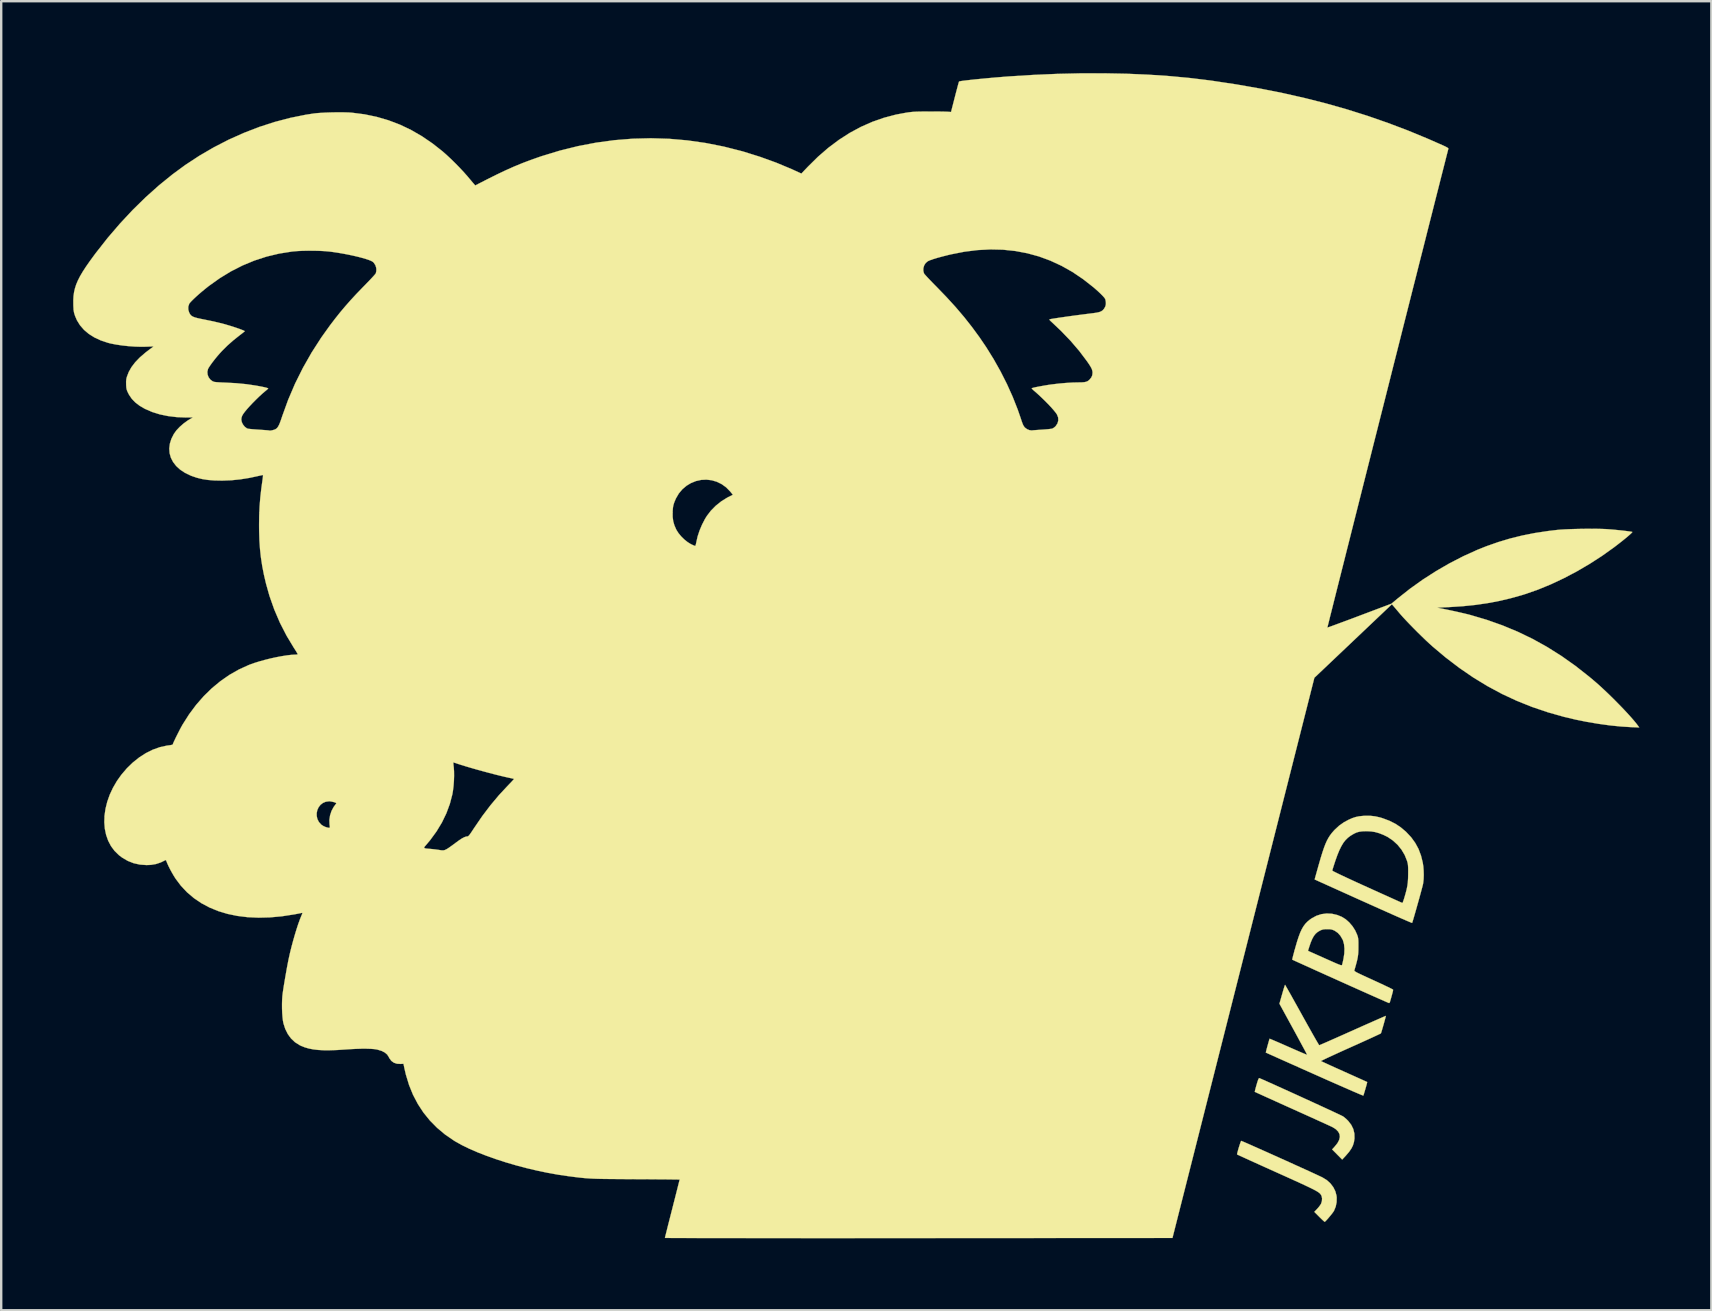
<source format=kicad_pcb>
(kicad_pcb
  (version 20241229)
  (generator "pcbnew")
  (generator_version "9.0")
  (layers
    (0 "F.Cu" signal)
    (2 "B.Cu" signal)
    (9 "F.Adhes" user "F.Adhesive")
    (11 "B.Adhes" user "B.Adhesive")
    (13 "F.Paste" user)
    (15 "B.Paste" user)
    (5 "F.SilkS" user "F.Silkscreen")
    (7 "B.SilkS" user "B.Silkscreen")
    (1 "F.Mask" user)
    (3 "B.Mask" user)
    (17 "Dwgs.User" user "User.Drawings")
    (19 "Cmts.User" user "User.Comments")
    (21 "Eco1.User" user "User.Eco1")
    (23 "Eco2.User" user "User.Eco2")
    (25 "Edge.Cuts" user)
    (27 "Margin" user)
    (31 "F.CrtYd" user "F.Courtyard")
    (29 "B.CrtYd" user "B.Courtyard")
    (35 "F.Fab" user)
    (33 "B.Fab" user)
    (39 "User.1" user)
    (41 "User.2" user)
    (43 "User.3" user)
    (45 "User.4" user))
  (footprint "F.SilkS_layer1"
    (layer "F.Cu")
    (at 27.37 9.205)
    (property "Reference" "F.SilkS_layer1" (at 0 0 0) (layer "F.SilkS") (effects (font (size 1.524 1.524) (thickness 0.3))))
    (attr through_hole)
    (fp_poly (pts (xy 22.087 32.686) (xy 22.15 32.713) (xy 22.244 32.754) (xy 22.366 32.808) (xy 22.513 32.874) (xy 22.681 32.949) (xy 22.868 33.034) (xy 23.069 33.125) (xy 23.282 33.221) (xy 23.503 33.322) (xy 23.728 33.424) (xy 23.954 33.528) (xy 24.178 33.63) (xy 24.397 33.731) (xy 24.606 33.827) (xy 24.804 33.918) (xy 24.985 34.002) (xy 25.147 34.077) (xy 25.287 34.143) (xy 25.401 34.196) (xy 25.485 34.237) (xy 25.537 34.263) (xy 25.551 34.27) (xy 25.617 34.32) (xy 25.695 34.388) (xy 25.766 34.459) (xy 25.768 34.46) (xy 25.894 34.624) (xy 25.98 34.801) (xy 26.025 34.989) (xy 26.029 35.189) (xy 26.007 35.34) (xy 25.965 35.48) (xy 25.897 35.615) (xy 25.799 35.755) (xy 25.669 35.907) (xy 25.661 35.916) (xy 25.516 36.071) (xy 25.307 35.859) (xy 25.097 35.648) (xy 25.209 35.524) (xy 25.321 35.384) (xy 25.39 35.252) (xy 25.419 35.128) (xy 25.405 35.013) (xy 25.351 34.907) (xy 25.255 34.809) (xy 25.118 34.721) (xy 25.103 34.713) (xy 25.069 34.697) (xy 25 34.665) (xy 24.898 34.618) (xy 24.767 34.558) (xy 24.61 34.487) (xy 24.43 34.405) (xy 24.23 34.314) (xy 24.013 34.216) (xy 23.782 34.112) (xy 23.54 34.003) (xy 23.445 33.96) (xy 23.203 33.851) (xy 22.972 33.747) (xy 22.756 33.649) (xy 22.556 33.558) (xy 22.376 33.477) (xy 22.219 33.406) (xy 22.088 33.346) (xy 21.986 33.3) (xy 21.915 33.267) (xy 21.878 33.25) (xy 21.874 33.248) (xy 21.877 33.226) (xy 21.889 33.17) (xy 21.91 33.09) (xy 21.937 32.991) (xy 21.948 32.955) (xy 21.983 32.834) (xy 22.012 32.751) (xy 22.034 32.7) (xy 22.052 32.678) (xy 22.06 32.676) (xy 22.087 32.686)) (stroke (width 0.01) (type solid)) (fill yes) (layer "F.SilkS"))
    (fp_poly (pts (xy 21.328 35.299) (xy 21.385 35.322) (xy 21.474 35.36) (xy 21.591 35.411) (xy 21.733 35.474) (xy 21.896 35.547) (xy 22.078 35.628) (xy 22.275 35.715) (xy 22.484 35.809) (xy 22.7 35.906) (xy 22.922 36.006) (xy 23.145 36.106) (xy 23.366 36.206) (xy 23.581 36.304) (xy 23.788 36.398) (xy 23.983 36.486) (xy 24.163 36.568) (xy 24.324 36.642) (xy 24.462 36.706) (xy 24.575 36.759) (xy 24.66 36.799) (xy 24.702 36.82) (xy 24.878 36.929) (xy 25.027 37.065) (xy 25.146 37.221) (xy 25.232 37.394) (xy 25.28 37.578) (xy 25.288 37.65) (xy 25.284 37.847) (xy 25.246 38.035) (xy 25.176 38.204) (xy 25.168 38.219) (xy 25.136 38.266) (xy 25.087 38.332) (xy 25.026 38.407) (xy 24.961 38.485) (xy 24.898 38.558) (xy 24.843 38.617) (xy 24.803 38.656) (xy 24.789 38.666) (xy 24.77 38.654) (xy 24.727 38.617) (xy 24.666 38.56) (xy 24.592 38.488) (xy 24.565 38.461) (xy 24.355 38.25) (xy 24.476 38.123) (xy 24.54 38.05) (xy 24.596 37.975) (xy 24.635 37.912) (xy 24.638 37.905) (xy 24.671 37.799) (xy 24.678 37.69) (xy 24.659 37.594) (xy 24.649 37.572) (xy 24.634 37.544) (xy 24.616 37.517) (xy 24.593 37.49) (xy 24.563 37.462) (xy 24.524 37.433) (xy 24.472 37.399) (xy 24.406 37.361) (xy 24.323 37.317) (xy 24.221 37.266) (xy 24.097 37.206) (xy 23.949 37.136) (xy 23.774 37.055) (xy 23.57 36.962) (xy 23.335 36.855) (xy 23.065 36.733) (xy 22.787 36.608) (xy 22.539 36.496) (xy 22.301 36.389) (xy 22.078 36.288) (xy 21.872 36.195) (xy 21.685 36.11) (xy 21.521 36.035) (xy 21.383 35.972) (xy 21.272 35.921) (xy 21.192 35.884) (xy 21.147 35.862) (xy 21.136 35.857) (xy 21.138 35.83) (xy 21.151 35.774) (xy 21.172 35.696) (xy 21.197 35.605) (xy 21.226 35.512) (xy 21.254 35.425) (xy 21.279 35.353) (xy 21.298 35.305) (xy 21.307 35.291) (xy 21.328 35.299)) (stroke (width 0.01) (type solid)) (fill yes) (layer "F.SilkS"))
    (fp_poly (pts (xy 25.089 25.826) (xy 25.312 25.878) (xy 25.5 25.954) (xy 25.659 26.053) (xy 25.81 26.186) (xy 25.946 26.346) (xy 26.059 26.523) (xy 26.138 26.698) (xy 26.159 26.757) (xy 26.173 26.809) (xy 26.183 26.863) (xy 26.189 26.928) (xy 26.192 27.013) (xy 26.192 27.126) (xy 26.192 27.21) (xy 26.191 27.333) (xy 26.187 27.439) (xy 26.179 27.535) (xy 26.166 27.629) (xy 26.147 27.729) (xy 26.119 27.844) (xy 26.082 27.981) (xy 26.034 28.149) (xy 26.024 28.185) (xy 26.023 28.197) (xy 26.031 28.211) (xy 26.05 28.227) (xy 26.084 28.249) (xy 26.136 28.278) (xy 26.21 28.315) (xy 26.309 28.362) (xy 26.435 28.421) (xy 26.594 28.494) (xy 26.787 28.582) (xy 26.819 28.597) (xy 26.992 28.676) (xy 27.153 28.751) (xy 27.297 28.819) (xy 27.421 28.878) (xy 27.521 28.927) (xy 27.592 28.963) (xy 27.631 28.985) (xy 27.637 28.99) (xy 27.637 29.011) (xy 27.629 29.056) (xy 27.611 29.129) (xy 27.583 29.232) (xy 27.545 29.369) (xy 27.503 29.512) (xy 27.483 29.542) (xy 27.468 29.548) (xy 27.445 29.539) (xy 27.387 29.514) (xy 27.295 29.474) (xy 27.172 29.42) (xy 27.021 29.353) (xy 26.845 29.275) (xy 26.645 29.186) (xy 26.425 29.088) (xy 26.187 28.981) (xy 25.933 28.868) (xy 25.667 28.748) (xy 25.444 28.648) (xy 25.17 28.524) (xy 24.906 28.406) (xy 24.656 28.293) (xy 24.422 28.188) (xy 24.207 28.09) (xy 24.012 28.002) (xy 23.842 27.925) (xy 23.698 27.86) (xy 23.582 27.807) (xy 23.499 27.769) (xy 23.449 27.746) (xy 23.435 27.739) (xy 23.438 27.717) (xy 23.451 27.659) (xy 23.472 27.572) (xy 23.502 27.461) (xy 23.526 27.371) (xy 24.091 27.371) (xy 24.137 27.391) (xy 24.167 27.405) (xy 24.23 27.433) (xy 24.323 27.474) (xy 24.439 27.526) (xy 24.575 27.587) (xy 24.725 27.654) (xy 24.839 27.705) (xy 25.016 27.784) (xy 25.158 27.847) (xy 25.27 27.896) (xy 25.354 27.931) (xy 25.416 27.954) (xy 25.458 27.968) (xy 25.486 27.972) (xy 25.501 27.97) (xy 25.509 27.961) (xy 25.511 27.957) (xy 25.522 27.919) (xy 25.538 27.851) (xy 25.558 27.763) (xy 25.571 27.7) (xy 25.604 27.485) (xy 25.611 27.282) (xy 25.594 27.1) (xy 25.552 26.944) (xy 25.534 26.902) (xy 25.443 26.745) (xy 25.336 26.625) (xy 25.21 26.537) (xy 25.193 26.528) (xy 25.124 26.498) (xy 25.061 26.48) (xy 24.99 26.471) (xy 24.892 26.469) (xy 24.794 26.472) (xy 24.721 26.48) (xy 24.658 26.499) (xy 24.591 26.529) (xy 24.494 26.586) (xy 24.41 26.659) (xy 24.336 26.752) (xy 24.27 26.871) (xy 24.206 27.022) (xy 24.142 27.209) (xy 24.14 27.216) (xy 24.091 27.371) (xy 23.526 27.371) (xy 23.537 27.332) (xy 23.57 27.215) (xy 23.639 26.977) (xy 23.705 26.776) (xy 23.769 26.607) (xy 23.835 26.465) (xy 23.905 26.346) (xy 23.981 26.244) (xy 24.067 26.155) (xy 24.165 26.074) (xy 24.243 26.019) (xy 24.441 25.911) (xy 24.65 25.843) (xy 24.867 25.815) (xy 25.089 25.826)) (stroke (width 0.01) (type solid)) (fill yes) (layer "F.SilkS"))
    (fp_poly (pts (xy 26.888 21.766) (xy 27.098 21.813) (xy 27.205 21.846) (xy 27.484 21.951) (xy 27.733 22.076) (xy 27.958 22.226) (xy 28.169 22.404) (xy 28.181 22.415) (xy 28.39 22.638) (xy 28.561 22.874) (xy 28.698 23.127) (xy 28.802 23.404) (xy 28.874 23.696) (xy 28.898 23.853) (xy 28.911 24.029) (xy 28.916 24.21) (xy 28.91 24.383) (xy 28.894 24.534) (xy 28.885 24.589) (xy 28.872 24.644) (xy 28.85 24.73) (xy 28.82 24.842) (xy 28.785 24.973) (xy 28.745 25.119) (xy 28.702 25.274) (xy 28.657 25.433) (xy 28.613 25.591) (xy 28.57 25.742) (xy 28.53 25.881) (xy 28.495 26.002) (xy 28.466 26.1) (xy 28.444 26.169) (xy 28.432 26.205) (xy 28.43 26.208) (xy 28.409 26.202) (xy 28.352 26.179) (xy 28.262 26.141) (xy 28.141 26.089) (xy 27.991 26.024) (xy 27.816 25.947) (xy 27.617 25.859) (xy 27.398 25.761) (xy 27.16 25.655) (xy 26.907 25.542) (xy 26.64 25.422) (xy 26.395 25.312) (xy 26.119 25.188) (xy 25.854 25.068) (xy 25.603 24.955) (xy 25.368 24.849) (xy 25.151 24.751) (xy 24.956 24.663) (xy 24.784 24.585) (xy 24.639 24.52) (xy 24.522 24.467) (xy 24.437 24.428) (xy 24.385 24.405) (xy 24.37 24.397) (xy 24.374 24.377) (xy 24.389 24.321) (xy 24.413 24.234) (xy 24.445 24.12) (xy 24.471 24.028) (xy 25.104 24.028) (xy 25.123 24.042) (xy 25.178 24.072) (xy 25.269 24.117) (xy 25.392 24.177) (xy 25.546 24.25) (xy 25.728 24.335) (xy 25.937 24.432) (xy 26.171 24.54) (xy 26.428 24.657) (xy 26.559 24.716) (xy 26.792 24.822) (xy 27.014 24.922) (xy 27.222 25.016) (xy 27.413 25.102) (xy 27.583 25.179) (xy 27.731 25.246) (xy 27.851 25.3) (xy 27.943 25.341) (xy 28.002 25.367) (xy 28.026 25.377) (xy 28.027 25.377) (xy 28.037 25.359) (xy 28.057 25.308) (xy 28.083 25.234) (xy 28.106 25.162) (xy 28.161 24.971) (xy 28.203 24.808) (xy 28.233 24.659) (xy 28.252 24.513) (xy 28.262 24.357) (xy 28.266 24.179) (xy 28.266 24.151) (xy 28.267 24.012) (xy 28.265 23.906) (xy 28.26 23.824) (xy 28.253 23.758) (xy 28.241 23.699) (xy 28.224 23.638) (xy 28.219 23.622) (xy 28.122 23.379) (xy 27.988 23.153) (xy 27.822 22.949) (xy 27.628 22.772) (xy 27.409 22.624) (xy 27.227 22.535) (xy 27.047 22.466) (xy 26.883 22.42) (xy 26.721 22.395) (xy 26.542 22.386) (xy 26.511 22.386) (xy 26.356 22.391) (xy 26.228 22.408) (xy 26.114 22.44) (xy 26 22.494) (xy 25.872 22.571) (xy 25.858 22.58) (xy 25.751 22.661) (xy 25.653 22.758) (xy 25.563 22.874) (xy 25.479 23.015) (xy 25.396 23.184) (xy 25.314 23.385) (xy 25.229 23.624) (xy 25.221 23.648) (xy 25.183 23.765) (xy 25.15 23.868) (xy 25.124 23.951) (xy 25.108 24.007) (xy 25.104 24.028) (xy 24.471 24.028) (xy 24.483 23.985) (xy 24.525 23.833) (xy 24.554 23.733) (xy 24.627 23.481) (xy 24.694 23.265) (xy 24.756 23.081) (xy 24.816 22.924) (xy 24.876 22.788) (xy 24.939 22.67) (xy 25.006 22.565) (xy 25.08 22.466) (xy 25.163 22.37) (xy 25.207 22.323) (xy 25.39 22.154) (xy 25.585 22.016) (xy 25.783 21.909) (xy 25.937 21.841) (xy 26.077 21.795) (xy 26.22 21.765) (xy 26.383 21.748) (xy 26.454 21.744) (xy 26.68 21.743) (xy 26.888 21.766)) (stroke (width 0.01) (type solid)) (fill yes) (layer "F.SilkS"))
    (fp_poly (pts (xy 23.147 28.805) (xy 23.177 28.858) (xy 23.225 28.941) (xy 23.288 29.052) (xy 23.365 29.188) (xy 23.453 29.346) (xy 23.552 29.524) (xy 23.66 29.717) (xy 23.774 29.923) (xy 23.843 30.047) (xy 23.961 30.259) (xy 24.073 30.46) (xy 24.178 30.647) (xy 24.273 30.816) (xy 24.358 30.966) (xy 24.43 31.092) (xy 24.488 31.191) (xy 24.53 31.262) (xy 24.555 31.3) (xy 24.56 31.305) (xy 24.582 31.297) (xy 24.64 31.273) (xy 24.73 31.234) (xy 24.85 31.182) (xy 24.995 31.118) (xy 25.164 31.043) (xy 25.352 30.96) (xy 25.557 30.869) (xy 25.776 30.771) (xy 25.956 30.691) (xy 26.183 30.589) (xy 26.398 30.493) (xy 26.599 30.404) (xy 26.782 30.323) (xy 26.944 30.252) (xy 27.082 30.191) (xy 27.194 30.142) (xy 27.275 30.107) (xy 27.324 30.087) (xy 27.336 30.082) (xy 27.333 30.104) (xy 27.319 30.158) (xy 27.298 30.236) (xy 27.272 30.332) (xy 27.243 30.436) (xy 27.213 30.541) (xy 27.184 30.639) (xy 27.16 30.722) (xy 27.141 30.781) (xy 27.13 30.81) (xy 27.13 30.811) (xy 27.109 30.823) (xy 27.053 30.85) (xy 26.964 30.892) (xy 26.846 30.947) (xy 26.703 31.013) (xy 26.538 31.088) (xy 26.353 31.172) (xy 26.153 31.263) (xy 25.94 31.358) (xy 25.867 31.391) (xy 25.652 31.487) (xy 25.449 31.579) (xy 25.261 31.665) (xy 25.092 31.743) (xy 24.944 31.811) (xy 24.821 31.869) (xy 24.727 31.915) (xy 24.663 31.946) (xy 24.635 31.963) (xy 24.633 31.965) (xy 24.655 31.977) (xy 24.712 32.004) (xy 24.8 32.044) (xy 24.915 32.097) (xy 25.054 32.161) (xy 25.212 32.233) (xy 25.387 32.311) (xy 25.574 32.395) (xy 25.601 32.408) (xy 25.789 32.492) (xy 25.965 32.571) (xy 26.125 32.643) (xy 26.265 32.706) (xy 26.383 32.759) (xy 26.473 32.8) (xy 26.533 32.827) (xy 26.558 32.839) (xy 26.558 32.839) (xy 26.555 32.86) (xy 26.543 32.912) (xy 26.523 32.987) (xy 26.498 33.075) (xy 26.471 33.168) (xy 26.445 33.257) (xy 26.422 33.332) (xy 26.405 33.384) (xy 26.397 33.405) (xy 26.376 33.399) (xy 26.319 33.376) (xy 26.229 33.339) (xy 26.108 33.287) (xy 25.958 33.223) (xy 25.782 33.146) (xy 25.584 33.059) (xy 25.364 32.963) (xy 25.126 32.858) (xy 24.872 32.746) (xy 24.606 32.627) (xy 24.363 32.519) (xy 24.086 32.396) (xy 23.821 32.278) (xy 23.57 32.165) (xy 23.334 32.06) (xy 23.117 31.963) (xy 22.922 31.876) (xy 22.75 31.799) (xy 22.604 31.733) (xy 22.487 31.681) (xy 22.401 31.642) (xy 22.35 31.619) (xy 22.334 31.612) (xy 22.338 31.591) (xy 22.35 31.538) (xy 22.369 31.463) (xy 22.393 31.374) (xy 22.419 31.28) (xy 22.444 31.19) (xy 22.466 31.113) (xy 22.482 31.058) (xy 22.491 31.034) (xy 22.491 31.034) (xy 22.511 31.041) (xy 22.566 31.063) (xy 22.65 31.099) (xy 22.761 31.146) (xy 22.895 31.204) (xy 23.046 31.27) (xy 23.211 31.343) (xy 23.272 31.37) (xy 23.441 31.444) (xy 23.598 31.513) (xy 23.738 31.574) (xy 23.858 31.625) (xy 23.953 31.665) (xy 24.019 31.692) (xy 24.051 31.705) (xy 24.054 31.705) (xy 24.046 31.685) (xy 24.019 31.632) (xy 23.975 31.548) (xy 23.916 31.438) (xy 23.843 31.303) (xy 23.759 31.148) (xy 23.666 30.975) (xy 23.565 30.789) (xy 23.481 30.636) (xy 22.901 29.575) (xy 23.013 29.181) (xy 23.048 29.059) (xy 23.079 28.953) (xy 23.106 28.868) (xy 23.125 28.811) (xy 23.135 28.788) (xy 23.135 28.787) (xy 23.147 28.805)) (stroke (width 0.01) (type solid)) (fill yes) (layer "F.SilkS"))
    (fp_poly (pts (xy 16.519 -9.182) (xy 17.433 -9.143) (xy 18.318 -9.084) (xy 19.173 -9.004) (xy 19.994 -8.904) (xy 20.108 -8.888) (xy 21.12 -8.735) (xy 22.096 -8.564) (xy 23.041 -8.376) (xy 23.957 -8.169) (xy 24.851 -7.942) (xy 25.724 -7.694) (xy 26.581 -7.424) (xy 27.426 -7.13) (xy 28.263 -6.813) (xy 29.095 -6.469) (xy 29.713 -6.197) (xy 29.818 -6.148) (xy 29.888 -6.111) (xy 29.928 -6.084) (xy 29.942 -6.063) (xy 29.942 -6.056) (xy 29.933 -6.024) (xy 29.915 -5.953) (xy 29.887 -5.845) (xy 29.85 -5.7) (xy 29.805 -5.521) (xy 29.751 -5.309) (xy 29.689 -5.066) (xy 29.619 -4.792) (xy 29.543 -4.49) (xy 29.459 -4.162) (xy 29.369 -3.807) (xy 29.274 -3.429) (xy 29.172 -3.029) (xy 29.065 -2.607) (xy 28.954 -2.166) (xy 28.838 -1.708) (xy 28.717 -1.233) (xy 28.594 -0.743) (xy 28.466 -0.241) (xy 28.336 0.274) (xy 28.203 0.799) (xy 28.068 1.332) (xy 27.932 1.873) (xy 27.794 2.419) (xy 27.654 2.97) (xy 27.515 3.523) (xy 27.375 4.077) (xy 27.235 4.631) (xy 27.095 5.183) (xy 26.957 5.731) (xy 26.819 6.274) (xy 26.684 6.811) (xy 26.55 7.34) (xy 26.419 7.859) (xy 26.291 8.367) (xy 26.166 8.863) (xy 26.044 9.345) (xy 25.927 9.81) (xy 25.814 10.259) (xy 25.705 10.689) (xy 25.602 11.099) (xy 25.504 11.487) (xy 25.412 11.852) (xy 25.326 12.192) (xy 25.247 12.506) (xy 25.175 12.792) (xy 25.111 13.049) (xy 25.054 13.275) (xy 25.005 13.468) (xy 24.966 13.628) (xy 24.935 13.752) (xy 24.913 13.84) (xy 24.901 13.888) (xy 24.899 13.899) (xy 24.919 13.893) (xy 24.977 13.874) (xy 25.067 13.842) (xy 25.187 13.798) (xy 25.333 13.744) (xy 25.503 13.681) (xy 25.693 13.611) (xy 25.9 13.534) (xy 26.12 13.451) (xy 26.239 13.406) (xy 27.57 12.904) (xy 27.834 12.683) (xy 28.34 12.283) (xy 28.872 11.903) (xy 29.425 11.548) (xy 29.992 11.22) (xy 30.567 10.924) (xy 31.143 10.663) (xy 31.523 10.511) (xy 32.018 10.337) (xy 32.514 10.188) (xy 33.02 10.063) (xy 33.543 9.959) (xy 34.092 9.876) (xy 34.47 9.831) (xy 34.617 9.818) (xy 34.798 9.807) (xy 35.005 9.798) (xy 35.231 9.791) (xy 35.467 9.786) (xy 35.706 9.783) (xy 35.94 9.782) (xy 36.16 9.784) (xy 36.358 9.789) (xy 36.528 9.796) (xy 36.57 9.799) (xy 36.691 9.808) (xy 36.826 9.819) (xy 36.967 9.833) (xy 37.109 9.847) (xy 37.245 9.862) (xy 37.368 9.877) (xy 37.473 9.891) (xy 37.552 9.902) (xy 37.598 9.911) (xy 37.608 9.915) (xy 37.599 9.934) (xy 37.559 9.975) (xy 37.494 10.035) (xy 37.406 10.111) (xy 37.301 10.198) (xy 37.181 10.295) (xy 37.051 10.397) (xy 36.915 10.502) (xy 36.841 10.558) (xy 36.342 10.914) (xy 35.824 11.248) (xy 35.293 11.559) (xy 34.755 11.842) (xy 34.215 12.096) (xy 33.678 12.317) (xy 33.15 12.502) (xy 32.999 12.549) (xy 32.521 12.682) (xy 32.045 12.793) (xy 31.561 12.884) (xy 31.063 12.956) (xy 30.543 13.009) (xy 29.993 13.045) (xy 29.824 13.053) (xy 29.705 13.058) (xy 29.606 13.064) (xy 29.532 13.069) (xy 29.49 13.073) (xy 29.484 13.076) (xy 29.485 13.076) (xy 29.566 13.089) (xy 29.681 13.111) (xy 29.821 13.139) (xy 29.98 13.172) (xy 30.149 13.208) (xy 30.322 13.246) (xy 30.489 13.285) (xy 30.645 13.321) (xy 30.78 13.354) (xy 30.863 13.376) (xy 31.544 13.577) (xy 32.201 13.81) (xy 32.838 14.075) (xy 33.457 14.374) (xy 34.06 14.709) (xy 34.651 15.081) (xy 35.232 15.492) (xy 35.806 15.943) (xy 36.08 16.174) (xy 36.251 16.325) (xy 36.432 16.493) (xy 36.621 16.672) (xy 36.812 16.859) (xy 37.001 17.05) (xy 37.185 17.238) (xy 37.357 17.421) (xy 37.515 17.594) (xy 37.654 17.752) (xy 37.769 17.891) (xy 37.852 18) (xy 37.896 18.062) (xy 37.559 18.049) (xy 37.13 18.022) (xy 36.674 17.976) (xy 36.202 17.911) (xy 35.723 17.831) (xy 35.247 17.735) (xy 34.786 17.626) (xy 34.766 17.621) (xy 34.085 17.429) (xy 33.428 17.206) (xy 32.791 16.951) (xy 32.173 16.663) (xy 31.571 16.339) (xy 30.981 15.98) (xy 30.401 15.582) (xy 29.828 15.145) (xy 29.284 14.688) (xy 29.152 14.569) (xy 29.001 14.429) (xy 28.839 14.272) (xy 28.669 14.106) (xy 28.5 13.936) (xy 28.337 13.769) (xy 28.185 13.61) (xy 28.051 13.466) (xy 27.941 13.342) (xy 27.919 13.316) (xy 27.839 13.221) (xy 27.765 13.134) (xy 27.702 13.06) (xy 27.657 13.007) (xy 27.642 12.99) (xy 27.588 12.927) (xy 24.357 15.992) (xy 18.443 39.338) (xy 7.867 39.344) (xy 7.2 39.344) (xy 6.544 39.344) (xy 5.899 39.344) (xy 5.268 39.344) (xy 4.651 39.345) (xy 4.05 39.345) (xy 3.467 39.345) (xy 2.901 39.344) (xy 2.355 39.344) (xy 1.829 39.344) (xy 1.326 39.344) (xy 0.846 39.344) (xy 0.391 39.343) (xy -0.038 39.343) (xy -0.44 39.343) (xy -0.814 39.342) (xy -1.158 39.342) (xy -1.471 39.341) (xy -1.752 39.341) (xy -1.999 39.34) (xy -2.212 39.339) (xy -2.389 39.339) (xy -2.528 39.338) (xy -2.629 39.337) (xy -2.69 39.336) (xy -2.709 39.335) (xy -2.704 39.313) (xy -2.69 39.253) (xy -2.666 39.16) (xy -2.635 39.036) (xy -2.598 38.886) (xy -2.554 38.713) (xy -2.505 38.521) (xy -2.452 38.313) (xy -2.402 38.117) (xy -2.347 37.898) (xy -2.294 37.693) (xy -2.246 37.503) (xy -2.203 37.333) (xy -2.166 37.186) (xy -2.136 37.066) (xy -2.113 36.977) (xy -2.1 36.922) (xy -2.095 36.904) (xy -2.116 36.903) (xy -2.176 36.902) (xy -2.272 36.9) (xy -2.402 36.899) (xy -2.561 36.897) (xy -2.747 36.895) (xy -2.958 36.894) (xy -3.189 36.892) (xy -3.438 36.89) (xy -3.702 36.889) (xy -3.911 36.888) (xy -4.241 36.886) (xy -4.533 36.884) (xy -4.791 36.882) (xy -5.017 36.88) (xy -5.215 36.878) (xy -5.391 36.875) (xy -5.546 36.871) (xy -5.685 36.866) (xy -5.811 36.86) (xy -5.929 36.852) (xy -6.041 36.844) (xy -6.153 36.833) (xy -6.267 36.821) (xy -6.387 36.807) (xy -6.517 36.791) (xy -6.66 36.772) (xy -6.72 36.765) (xy -7.15 36.702) (xy -7.588 36.624) (xy -8.029 36.532) (xy -8.471 36.428) (xy -8.907 36.313) (xy -9.334 36.188) (xy -9.746 36.055) (xy -10.14 35.915) (xy -10.511 35.771) (xy -10.855 35.622) (xy -11.166 35.47) (xy -11.44 35.318) (xy -11.501 35.28) (xy -11.869 35.028) (xy -12.203 34.748) (xy -12.504 34.443) (xy -12.772 34.112) (xy -13.005 33.756) (xy -13.206 33.374) (xy -13.372 32.966) (xy -13.504 32.534) (xy -13.568 32.258) (xy -13.605 32.078) (xy -13.721 32.085) (xy -13.875 32.077) (xy -14.005 32.034) (xy -14.112 31.956) (xy -14.195 31.843) (xy -14.216 31.8) (xy -14.282 31.696) (xy -14.381 31.611) (xy -14.516 31.542) (xy -14.688 31.489) (xy -14.716 31.483) (xy -14.825 31.466) (xy -14.971 31.455) (xy -15.15 31.45) (xy -15.357 31.45) (xy -15.587 31.457) (xy -15.836 31.47) (xy -16.039 31.483) (xy -16.371 31.505) (xy -16.666 31.515) (xy -16.927 31.515) (xy -17.16 31.502) (xy -17.366 31.478) (xy -17.551 31.442) (xy -17.719 31.393) (xy -17.872 31.332) (xy -17.938 31.299) (xy -18.128 31.178) (xy -18.291 31.024) (xy -18.426 30.839) (xy -18.533 30.624) (xy -18.607 30.395) (xy -18.629 30.279) (xy -18.646 30.13) (xy -18.659 29.959) (xy -18.666 29.776) (xy -18.667 29.59) (xy -18.662 29.411) (xy -18.651 29.25) (xy -18.648 29.225) (xy -18.636 29.123) (xy -18.616 28.987) (xy -18.591 28.825) (xy -18.561 28.646) (xy -18.529 28.456) (xy -18.495 28.264) (xy -18.462 28.077) (xy -18.429 27.904) (xy -18.399 27.751) (xy -18.382 27.671) (xy -18.33 27.44) (xy -18.27 27.198) (xy -18.204 26.953) (xy -18.135 26.711) (xy -18.065 26.481) (xy -17.996 26.268) (xy -17.929 26.082) (xy -17.868 25.928) (xy -17.857 25.901) (xy -17.829 25.835) (xy -17.818 25.8) (xy -17.824 25.788) (xy -17.839 25.79) (xy -17.872 25.797) (xy -17.939 25.811) (xy -18.029 25.828) (xy -18.134 25.848) (xy -18.161 25.853) (xy -18.674 25.932) (xy -19.169 25.977) (xy -19.643 25.989) (xy -20.098 25.969) (xy -20.531 25.916) (xy -20.941 25.831) (xy -21.328 25.714) (xy -21.691 25.565) (xy -22.028 25.385) (xy -22.339 25.174) (xy -22.623 24.933) (xy -22.879 24.661) (xy -23.103 24.363) (xy -23.176 24.248) (xy -23.253 24.115) (xy -23.328 23.978) (xy -23.395 23.845) (xy -23.448 23.728) (xy -23.476 23.659) (xy -23.496 23.61) (xy -23.512 23.586) (xy -23.515 23.586) (xy -23.72 23.687) (xy -23.92 23.754) (xy -24.128 23.789) (xy -24.31 23.797) (xy -24.59 23.777) (xy -24.851 23.719) (xy -25.097 23.622) (xy -25.329 23.486) (xy -25.465 23.383) (xy -25.646 23.206) (xy -25.755 23.059) (xy -12.741 23.059) (xy -12.74 23.083) (xy -12.711 23.098) (xy -12.65 23.109) (xy -12.553 23.118) (xy -12.488 23.123) (xy -12.375 23.134) (xy -12.256 23.148) (xy -12.15 23.163) (xy -12.129 23.166) (xy -12.026 23.182) (xy -11.95 23.185) (xy -11.886 23.172) (xy -11.821 23.142) (xy -11.752 23.101) (xy -11.687 23.057) (xy -11.6 22.995) (xy -11.505 22.926) (xy -11.432 22.871) (xy -11.284 22.763) (xy -11.163 22.684) (xy -11.064 22.633) (xy -10.987 22.608) (xy -10.956 22.605) (xy -10.932 22.603) (xy -10.91 22.593) (xy -10.884 22.572) (xy -10.852 22.535) (xy -10.81 22.476) (xy -10.753 22.393) (xy -10.679 22.28) (xy -10.652 22.24) (xy -10.321 21.756) (xy -9.981 21.308) (xy -9.628 20.886) (xy -9.284 20.516) (xy -9.195 20.423) (xy -9.117 20.342) (xy -9.056 20.276) (xy -9.015 20.229) (xy -8.998 20.208) (xy -8.998 20.207) (xy -9.021 20.2) (xy -9.076 20.187) (xy -9.152 20.17) (xy -9.186 20.163) (xy -9.358 20.125) (xy -9.561 20.077) (xy -9.787 20.021) (xy -10.028 19.958) (xy -10.277 19.891) (xy -10.525 19.823) (xy -10.766 19.754) (xy -10.99 19.688) (xy -11.19 19.627) (xy -11.359 19.572) (xy -11.396 19.559) (xy -11.462 19.537) (xy -11.509 19.524) (xy -11.527 19.521) (xy -11.527 19.543) (xy -11.523 19.597) (xy -11.515 19.674) (xy -11.51 19.717) (xy -11.498 19.886) (xy -11.496 20.084) (xy -11.503 20.294) (xy -11.519 20.505) (xy -11.543 20.702) (xy -11.567 20.844) (xy -11.672 21.246) (xy -11.818 21.64) (xy -12.004 22.025) (xy -12.23 22.398) (xy -12.494 22.759) (xy -12.674 22.973) (xy -12.718 23.023) (xy -12.741 23.059) (xy -25.755 23.059) (xy -25.795 23.005) (xy -25.912 22.782) (xy -25.997 22.541) (xy -26.051 22.284) (xy -26.073 22.013) (xy -26.063 21.734) (xy -26.048 21.626) (xy -17.221 21.626) (xy -17.221 21.755) (xy -17.191 21.883) (xy -17.129 22.003) (xy -17.034 22.11) (xy -17.023 22.118) (xy -16.94 22.172) (xy -16.84 22.216) (xy -16.743 22.241) (xy -16.71 22.245) (xy -16.687 22.243) (xy -16.675 22.23) (xy -16.674 22.196) (xy -16.682 22.132) (xy -16.686 22.106) (xy -16.693 21.919) (xy -16.665 21.728) (xy -16.605 21.544) (xy -16.516 21.378) (xy -16.489 21.341) (xy -16.446 21.283) (xy -16.415 21.24) (xy -16.404 21.221) (xy -16.423 21.204) (xy -16.472 21.184) (xy -16.54 21.164) (xy -16.614 21.149) (xy -16.682 21.14) (xy -16.702 21.139) (xy -16.841 21.157) (xy -16.962 21.208) (xy -17.062 21.286) (xy -17.14 21.385) (xy -17.194 21.501) (xy -17.221 21.626) (xy -26.048 21.626) (xy -26.022 21.447) (xy -25.95 21.157) (xy -25.847 20.866) (xy -25.712 20.577) (xy -25.547 20.293) (xy -25.363 20.034) (xy -25.131 19.762) (xy -24.88 19.519) (xy -24.615 19.308) (xy -24.337 19.13) (xy -24.051 18.988) (xy -23.759 18.884) (xy -23.465 18.819) (xy -23.363 18.806) (xy -23.291 18.795) (xy -23.24 18.782) (xy -23.22 18.77) (xy -23.22 18.769) (xy -23.21 18.739) (xy -23.185 18.679) (xy -23.145 18.594) (xy -23.097 18.492) (xy -23.041 18.38) (xy -22.982 18.264) (xy -22.924 18.15) (xy -22.869 18.047) (xy -22.82 17.959) (xy -22.806 17.935) (xy -22.538 17.513) (xy -22.245 17.12) (xy -21.929 16.758) (xy -21.591 16.428) (xy -21.233 16.132) (xy -20.858 15.871) (xy -20.466 15.648) (xy -20.06 15.463) (xy -20.007 15.442) (xy -19.816 15.374) (xy -19.602 15.307) (xy -19.373 15.244) (xy -19.137 15.185) (xy -18.902 15.134) (xy -18.674 15.091) (xy -18.463 15.058) (xy -18.276 15.036) (xy -18.12 15.028) (xy -18.115 15.028) (xy -18.056 15.025) (xy -18.019 15.015) (xy -18.013 15.008) (xy -18.024 14.984) (xy -18.054 14.932) (xy -18.099 14.858) (xy -18.155 14.77) (xy -18.173 14.743) (xy -18.479 14.234) (xy -18.752 13.702) (xy -18.989 13.149) (xy -19.19 12.579) (xy -19.333 12.071) (xy -19.421 11.696) (xy -19.491 11.337) (xy -19.545 10.984) (xy -19.584 10.628) (xy -19.609 10.257) (xy -19.621 9.861) (xy -19.623 9.62) (xy -19.618 9.221) (xy -19.612 9.092) (xy -2.387 9.092) (xy -2.386 9.291) (xy -2.363 9.467) (xy -2.316 9.633) (xy -2.242 9.804) (xy -2.228 9.831) (xy -2.144 9.963) (xy -2.032 10.099) (xy -1.901 10.228) (xy -1.763 10.338) (xy -1.63 10.42) (xy -1.554 10.456) (xy -1.492 10.483) (xy -1.454 10.497) (xy -1.449 10.498) (xy -1.435 10.479) (xy -1.419 10.428) (xy -1.403 10.355) (xy -1.399 10.335) (xy -1.346 10.1) (xy -1.265 9.854) (xy -1.161 9.608) (xy -1.041 9.376) (xy -0.961 9.247) (xy -0.791 9.025) (xy -0.587 8.819) (xy -0.359 8.637) (xy -0.116 8.486) (xy -0.066 8.46) (xy 0.123 8.365) (xy 0.01 8.227) (xy -0.156 8.057) (xy -0.342 7.922) (xy -0.544 7.823) (xy -0.757 7.76) (xy -0.977 7.734) (xy -1.199 7.745) (xy -1.419 7.794) (xy -1.633 7.882) (xy -1.808 7.988) (xy -1.984 8.137) (xy -2.13 8.311) (xy -2.249 8.515) (xy -2.313 8.665) (xy -2.342 8.75) (xy -2.362 8.826) (xy -2.375 8.907) (xy -2.383 9.007) (xy -2.387 9.092) (xy -19.612 9.092) (xy -19.601 8.847) (xy -19.572 8.482) (xy -19.53 8.109) (xy -19.504 7.919) (xy -19.487 7.799) (xy -19.473 7.695) (xy -19.463 7.613) (xy -19.458 7.56) (xy -19.458 7.544) (xy -19.48 7.545) (xy -19.534 7.555) (xy -19.608 7.571) (xy -19.633 7.577) (xy -20.034 7.663) (xy -20.413 7.723) (xy -20.78 7.76) (xy -21.146 7.774) (xy -21.188 7.774) (xy -21.486 7.768) (xy -21.751 7.747) (xy -21.992 7.71) (xy -22.216 7.655) (xy -22.43 7.582) (xy -22.478 7.563) (xy -22.712 7.45) (xy -22.912 7.317) (xy -23.077 7.167) (xy -23.205 7.001) (xy -23.297 6.824) (xy -23.351 6.635) (xy -23.366 6.439) (xy -23.341 6.236) (xy -23.276 6.03) (xy -23.174 5.829) (xy -23.07 5.684) (xy -22.932 5.537) (xy -22.771 5.396) (xy -22.596 5.269) (xy -22.5 5.211) (xy -22.384 5.144) (xy -22.662 5.144) (xy -23.048 5.129) (xy -23.415 5.085) (xy -23.76 5.014) (xy -24.077 4.915) (xy -24.365 4.79) (xy -24.4 4.773) (xy -24.611 4.648) (xy -24.784 4.514) (xy -24.926 4.367) (xy -25.039 4.202) (xy -25.077 4.13) (xy -25.116 4.048) (xy -25.14 3.98) (xy -25.154 3.91) (xy -25.161 3.82) (xy -25.163 3.779) (xy -25.165 3.647) (xy -25.155 3.541) (xy -25.136 3.46) (xy -25.056 3.25) (xy -24.939 3.043) (xy -24.783 2.839) (xy -24.588 2.637) (xy -24.352 2.434) (xy -24.215 2.329) (xy -24.14 2.274) (xy -24.078 2.228) (xy -24.037 2.197) (xy -24.025 2.188) (xy -24.041 2.185) (xy -24.093 2.185) (xy -24.171 2.187) (xy -24.27 2.191) (xy -24.3 2.193) (xy -24.541 2.197) (xy -24.801 2.189) (xy -25.07 2.17) (xy -25.336 2.141) (xy -25.589 2.103) (xy -25.818 2.058) (xy -25.929 2.029) (xy -26.222 1.931) (xy -26.486 1.808) (xy -26.719 1.661) (xy -26.919 1.492) (xy -27.085 1.301) (xy -27.215 1.091) (xy -27.291 0.913) (xy -27.318 0.832) (xy -27.337 0.761) (xy -27.349 0.688) (xy -27.357 0.601) (xy -27.361 0.526) (xy -22.574 0.526) (xy -22.574 0.651) (xy -22.537 0.767) (xy -22.507 0.826) (xy -22.473 0.874) (xy -22.43 0.912) (xy -22.372 0.945) (xy -22.294 0.974) (xy -22.189 1.003) (xy -22.052 1.033) (xy -21.922 1.059) (xy -21.614 1.122) (xy -21.34 1.184) (xy -21.088 1.248) (xy -20.849 1.317) (xy -20.614 1.392) (xy -20.463 1.444) (xy -20.369 1.479) (xy -20.292 1.509) (xy -20.239 1.533) (xy -20.219 1.547) (xy -20.219 1.548) (xy -20.237 1.565) (xy -20.283 1.603) (xy -20.349 1.655) (xy -20.429 1.716) (xy -20.436 1.721) (xy -20.696 1.928) (xy -20.946 2.149) (xy -21.172 2.374) (xy -21.277 2.489) (xy -21.386 2.616) (xy -21.49 2.745) (xy -21.583 2.866) (xy -21.661 2.976) (xy -21.72 3.066) (xy -21.752 3.127) (xy -21.778 3.24) (xy -21.768 3.356) (xy -21.727 3.466) (xy -21.657 3.561) (xy -21.565 3.631) (xy -21.501 3.658) (xy -21.458 3.665) (xy -21.381 3.673) (xy -21.277 3.68) (xy -21.156 3.686) (xy -21.029 3.691) (xy -20.585 3.714) (xy -20.15 3.756) (xy -19.777 3.811) (xy -19.624 3.838) (xy -19.49 3.864) (xy -19.38 3.888) (xy -19.3 3.909) (xy -19.252 3.925) (xy -19.242 3.933) (xy -19.257 3.953) (xy -19.298 3.99) (xy -19.355 4.038) (xy -19.362 4.043) (xy -19.477 4.141) (xy -19.611 4.263) (xy -19.753 4.401) (xy -19.895 4.544) (xy -20.028 4.686) (xy -20.122 4.791) (xy -20.215 4.903) (xy -20.282 4.994) (xy -20.326 5.069) (xy -20.351 5.138) (xy -20.361 5.206) (xy -20.362 5.239) (xy -20.343 5.337) (xy -20.294 5.437) (xy -20.223 5.526) (xy -20.14 5.59) (xy -20.106 5.606) (xy -20.068 5.614) (xy -19.996 5.623) (xy -19.896 5.633) (xy -19.777 5.642) (xy -19.645 5.651) (xy -19.63 5.652) (xy -19.501 5.661) (xy -19.387 5.669) (xy -19.294 5.676) (xy -19.229 5.682) (xy -19.199 5.687) (xy -19.198 5.688) (xy -19.169 5.692) (xy -19.113 5.685) (xy -19.045 5.67) (xy -18.979 5.649) (xy -18.949 5.637) (xy -18.903 5.609) (xy -18.863 5.57) (xy -18.824 5.514) (xy -18.784 5.436) (xy -18.741 5.33) (xy -18.692 5.191) (xy -18.66 5.094) (xy -18.411 4.407) (xy -18.124 3.735) (xy -17.797 3.079) (xy -17.432 2.436) (xy -17.026 1.806) (xy -16.664 1.3) (xy -16.453 1.024) (xy -16.246 0.764) (xy -16.034 0.512) (xy -15.812 0.26) (xy -15.573 0.001) (xy -15.309 -0.273) (xy -15.208 -0.376) (xy -15.098 -0.49) (xy -14.996 -0.596) (xy -14.907 -0.691) (xy -14.836 -0.769) (xy -14.785 -0.828) (xy -14.761 -0.861) (xy -14.759 -0.863) (xy -14.733 -0.972) (xy 8.058 -0.972) (xy 8.087 -0.866) (xy 8.091 -0.857) (xy 8.114 -0.827) (xy 8.163 -0.771) (xy 8.234 -0.693) (xy 8.323 -0.599) (xy 8.428 -0.49) (xy 8.542 -0.373) (xy 8.608 -0.307) (xy 9.023 0.123) (xy 9.405 0.541) (xy 9.758 0.956) (xy 10.087 1.373) (xy 10.398 1.797) (xy 10.68 2.212) (xy 10.989 2.71) (xy 11.279 3.226) (xy 11.546 3.754) (xy 11.785 4.285) (xy 11.992 4.81) (xy 12.113 5.158) (xy 12.155 5.286) (xy 12.189 5.382) (xy 12.218 5.451) (xy 12.246 5.502) (xy 12.274 5.541) (xy 12.3 5.569) (xy 12.385 5.632) (xy 12.484 5.672) (xy 12.581 5.684) (xy 12.605 5.681) (xy 12.639 5.677) (xy 12.708 5.672) (xy 12.803 5.665) (xy 12.917 5.657) (xy 13.007 5.651) (xy 13.131 5.642) (xy 13.245 5.633) (xy 13.34 5.622) (xy 13.408 5.613) (xy 13.434 5.607) (xy 13.488 5.578) (xy 13.549 5.53) (xy 13.576 5.503) (xy 13.65 5.393) (xy 13.685 5.272) (xy 13.68 5.148) (xy 13.633 5.026) (xy 13.625 5.011) (xy 13.567 4.929) (xy 13.482 4.826) (xy 13.375 4.705) (xy 13.25 4.573) (xy 13.112 4.434) (xy 12.967 4.294) (xy 12.82 4.157) (xy 12.674 4.029) (xy 12.659 4.017) (xy 12.611 3.972) (xy 12.582 3.939) (xy 12.577 3.926) (xy 12.605 3.915) (xy 12.668 3.898) (xy 12.759 3.878) (xy 12.87 3.856) (xy 12.995 3.833) (xy 13.126 3.81) (xy 13.258 3.788) (xy 13.381 3.77) (xy 13.388 3.769) (xy 13.697 3.732) (xy 14 3.705) (xy 14.285 3.688) (xy 14.519 3.683) (xy 14.658 3.681) (xy 14.763 3.673) (xy 14.842 3.657) (xy 14.904 3.632) (xy 14.957 3.594) (xy 14.991 3.562) (xy 15.063 3.473) (xy 15.101 3.383) (xy 15.113 3.277) (xy 15.113 3.274) (xy 15.107 3.213) (xy 15.09 3.148) (xy 15.058 3.075) (xy 15.007 2.987) (xy 14.935 2.877) (xy 14.874 2.79) (xy 14.559 2.372) (xy 14.203 1.956) (xy 13.804 1.54) (xy 13.424 1.18) (xy 13.361 1.122) (xy 13.326 1.085) (xy 13.315 1.064) (xy 13.325 1.053) (xy 13.34 1.048) (xy 13.399 1.037) (xy 13.496 1.021) (xy 13.624 1.001) (xy 13.777 0.978) (xy 13.951 0.953) (xy 14.14 0.926) (xy 14.339 0.899) (xy 14.543 0.872) (xy 14.745 0.846) (xy 14.941 0.821) (xy 15.125 0.798) (xy 15.138 0.797) (xy 15.282 0.776) (xy 15.391 0.752) (xy 15.473 0.719) (xy 15.536 0.676) (xy 15.587 0.618) (xy 15.608 0.586) (xy 15.649 0.507) (xy 15.666 0.431) (xy 15.668 0.373) (xy 15.661 0.295) (xy 15.646 0.224) (xy 15.635 0.197) (xy 15.6 0.147) (xy 15.536 0.075) (xy 15.449 -0.013) (xy 15.343 -0.113) (xy 15.224 -0.219) (xy 15.15 -0.283) (xy 14.719 -0.621) (xy 14.278 -0.919) (xy 13.824 -1.175) (xy 13.358 -1.391) (xy 12.881 -1.567) (xy 12.392 -1.701) (xy 11.892 -1.795) (xy 11.379 -1.849) (xy 10.855 -1.861) (xy 10.32 -1.833) (xy 9.773 -1.765) (xy 9.214 -1.655) (xy 9.107 -1.63) (xy 8.866 -1.569) (xy 8.659 -1.513) (xy 8.489 -1.462) (xy 8.356 -1.416) (xy 8.263 -1.376) (xy 8.244 -1.365) (xy 8.159 -1.294) (xy 8.097 -1.197) (xy 8.063 -1.086) (xy 8.058 -0.972) (xy -14.733 -0.972) (xy -14.733 -0.972) (xy -14.74 -1.09) (xy -14.777 -1.205) (xy -14.842 -1.304) (xy -14.878 -1.339) (xy -14.939 -1.376) (xy -15.037 -1.417) (xy -15.167 -1.461) (xy -15.324 -1.507) (xy -15.503 -1.554) (xy -15.7 -1.6) (xy -15.908 -1.644) (xy -16.123 -1.685) (xy -16.341 -1.722) (xy -16.555 -1.754) (xy -16.679 -1.77) (xy -16.872 -1.788) (xy -17.093 -1.8) (xy -17.332 -1.806) (xy -17.576 -1.807) (xy -17.816 -1.802) (xy -18.038 -1.791) (xy -18.231 -1.774) (xy -18.256 -1.771) (xy -18.791 -1.686) (xy -19.312 -1.561) (xy -19.819 -1.396) (xy -20.313 -1.191) (xy -20.793 -0.947) (xy -21.262 -0.661) (xy -21.718 -0.336) (xy -21.886 -0.202) (xy -22.007 -0.102) (xy -22.127 0.001) (xy -22.241 0.103) (xy -22.343 0.198) (xy -22.428 0.282) (xy -22.492 0.35) (xy -22.529 0.397) (xy -22.533 0.404) (xy -22.574 0.526) (xy -27.361 0.526) (xy -27.363 0.488) (xy -27.364 0.434) (xy -27.365 0.254) (xy -27.356 0.084) (xy -27.333 -0.079) (xy -27.296 -0.239) (xy -27.244 -0.401) (xy -27.173 -0.568) (xy -27.083 -0.745) (xy -26.971 -0.935) (xy -26.836 -1.143) (xy -26.677 -1.371) (xy -26.491 -1.625) (xy -26.416 -1.725) (xy -25.925 -2.349) (xy -25.415 -2.943) (xy -24.888 -3.507) (xy -24.346 -4.038) (xy -23.792 -4.533) (xy -23.228 -4.99) (xy -22.704 -5.375) (xy -22.118 -5.76) (xy -21.514 -6.112) (xy -20.895 -6.431) (xy -20.263 -6.714) (xy -19.622 -6.962) (xy -18.976 -7.171) (xy -18.326 -7.342) (xy -17.678 -7.473) (xy -17.335 -7.526) (xy -17.205 -7.54) (xy -17.041 -7.552) (xy -16.853 -7.562) (xy -16.652 -7.569) (xy -16.445 -7.573) (xy -16.242 -7.574) (xy -16.053 -7.572) (xy -15.887 -7.567) (xy -15.755 -7.558) (xy -15.23 -7.491) (xy -14.721 -7.385) (xy -14.229 -7.241) (xy -13.75 -7.059) (xy -13.285 -6.837) (xy -12.832 -6.575) (xy -12.39 -6.273) (xy -11.981 -5.951) (xy -11.817 -5.807) (xy -11.636 -5.638) (xy -11.449 -5.455) (xy -11.264 -5.266) (xy -11.092 -5.082) (xy -10.942 -4.912) (xy -10.933 -4.901) (xy -10.855 -4.808) (xy -10.782 -4.723) (xy -10.722 -4.651) (xy -10.679 -4.601) (xy -10.668 -4.588) (xy -10.615 -4.526) (xy -10.117 -4.781) (xy -9.725 -4.977) (xy -9.357 -5.152) (xy -9.004 -5.31) (xy -8.655 -5.454) (xy -8.301 -5.588) (xy -7.932 -5.718) (xy -7.843 -5.748) (xy -7.088 -5.978) (xy -6.332 -6.165) (xy -5.574 -6.31) (xy -4.814 -6.413) (xy -4.054 -6.474) (xy -3.293 -6.493) (xy -2.532 -6.47) (xy -1.772 -6.404) (xy -1.013 -6.296) (xy -0.255 -6.146) (xy 0.501 -5.954) (xy 0.561 -5.937) (xy 1.261 -5.718) (xy 1.932 -5.475) (xy 2.58 -5.204) (xy 2.679 -5.158) (xy 2.978 -5.022) (xy 3.253 -5.311) (xy 3.671 -5.723) (xy 4.099 -6.094) (xy 4.539 -6.424) (xy 4.989 -6.714) (xy 5.452 -6.964) (xy 5.928 -7.175) (xy 6.417 -7.346) (xy 6.92 -7.479) (xy 7.355 -7.56) (xy 7.452 -7.574) (xy 7.544 -7.585) (xy 7.639 -7.594) (xy 7.744 -7.6) (xy 7.867 -7.604) (xy 8.014 -7.606) (xy 8.193 -7.607) (xy 8.276 -7.608) (xy 8.444 -7.608) (xy 8.605 -7.607) (xy 8.754 -7.606) (xy 8.883 -7.604) (xy 8.984 -7.602) (xy 9.052 -7.599) (xy 9.058 -7.599) (xy 9.215 -7.588) (xy 9.376 -8.217) (xy 9.416 -8.373) (xy 9.454 -8.516) (xy 9.487 -8.641) (xy 9.514 -8.742) (xy 9.535 -8.815) (xy 9.547 -8.853) (xy 9.55 -8.858) (xy 9.577 -8.866) (xy 9.642 -8.878) (xy 9.741 -8.892) (xy 9.87 -8.907) (xy 10.025 -8.925) (xy 10.201 -8.944) (xy 10.395 -8.963) (xy 10.603 -8.983) (xy 10.819 -9.003) (xy 11.04 -9.023) (xy 11.263 -9.041) (xy 11.482 -9.059) (xy 11.631 -9.07) (xy 12.642 -9.133) (xy 13.639 -9.176) (xy 14.619 -9.199) (xy 15.58 -9.2) (xy 16.519 -9.182)) (stroke (width 0.01) (type solid)) (fill yes) (layer "F.SilkS")))
  (gr_rect
    (start -3 -3)
    (end 68.272 51.555)
    (stroke (width 0.1) (type default))
    (fill no)
    (layer "Edge.Cuts")))
</source>
